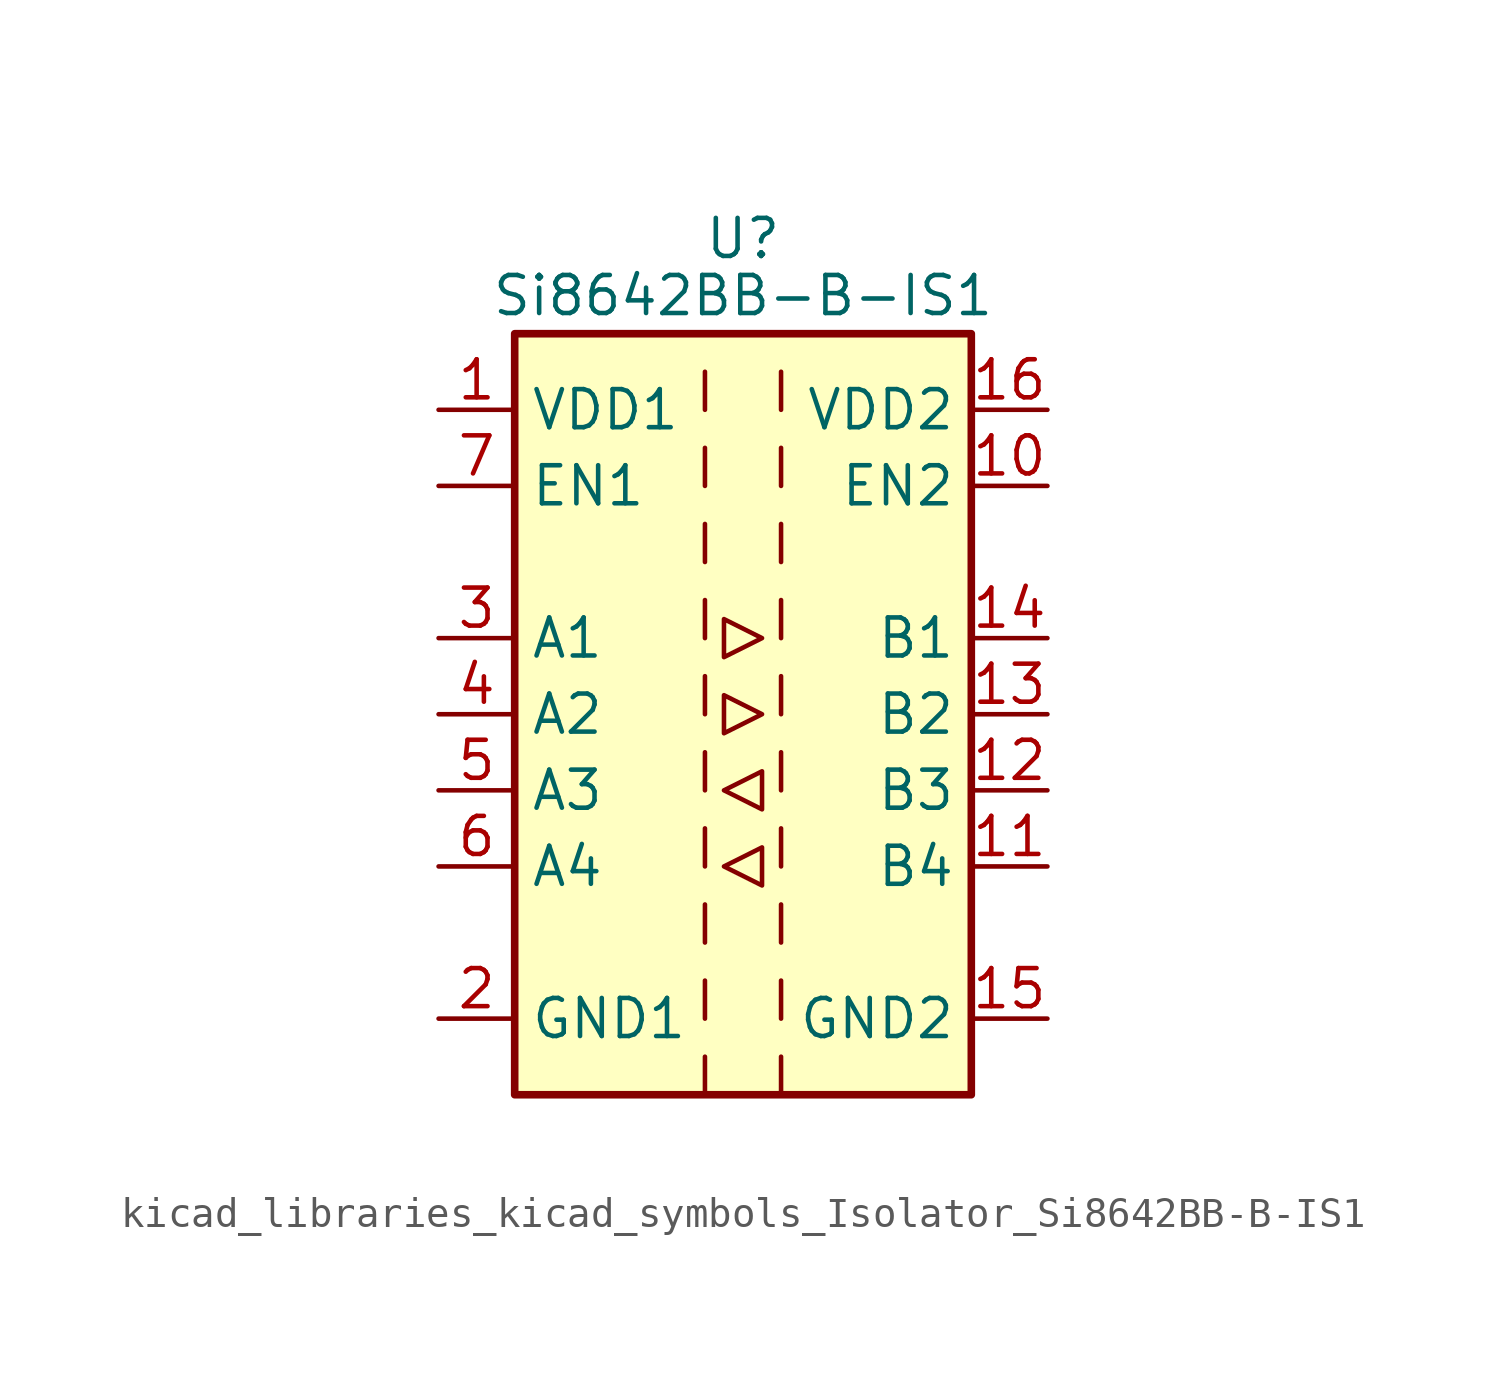
<source format=kicad_sym>
(kicad_symbol_lib
  (version 20220914)
  (generator kicad_symbol_editor)
  (symbol "kicad_libraries_kicad_symbols_Isolator_Si8642BB-B-IS1"
    (property "Reference" "U"
      (at 0 15.875 0)
      (effects (font (size 1.27 1.27))))
    (property "Value" "Si8642BB-B-IS1"
      (at 0 13.97 0)
      (effects (font (size 1.27 1.27))))
    (symbol "kicad_libraries_kicad_symbols_Isolator_Si8642BB-B-IS1_0_1"
      (rectangle (start -7.62 12.7) (end 7.62 -12.7) (stroke (width 0.254) (type default)) (fill (type background)))
      (polyline (pts (xy -1.27 -11.43) (xy -1.27 -12.7)) (stroke (width 0) (type default)) (fill (type none)))
      (polyline (pts (xy -1.27 -8.89) (xy -1.27 -10.16)) (stroke (width 0) (type default)) (fill (type none)))
      (polyline (pts (xy -1.27 -6.35) (xy -1.27 -7.62)) (stroke (width 0) (type default)) (fill (type none)))
      (polyline (pts (xy -1.27 -3.81) (xy -1.27 -5.08)) (stroke (width 0) (type default)) (fill (type none)))
      (polyline (pts (xy -1.27 -1.27) (xy -1.27 -2.54)) (stroke (width 0) (type default)) (fill (type none)))
      (polyline (pts (xy -1.27 1.27) (xy -1.27 0)) (stroke (width 0) (type default)) (fill (type none)))
      (polyline (pts (xy -1.27 3.81) (xy -1.27 2.54)) (stroke (width 0) (type default)) (fill (type none)))
      (polyline (pts (xy -1.27 6.35) (xy -1.27 5.08)) (stroke (width 0) (type default)) (fill (type none)))
      (polyline (pts (xy -1.27 8.89) (xy -1.27 7.62)) (stroke (width 0) (type default)) (fill (type none)))
      (polyline (pts (xy -1.27 11.43) (xy -1.27 10.16)) (stroke (width 0) (type default)) (fill (type none)))
      (polyline (pts (xy 1.27 -11.43) (xy 1.27 -12.7)) (stroke (width 0) (type default)) (fill (type none)))
      (polyline (pts (xy 1.27 -8.89) (xy 1.27 -10.16)) (stroke (width 0) (type default)) (fill (type none)))
      (polyline (pts (xy 1.27 -6.35) (xy 1.27 -7.62)) (stroke (width 0) (type default)) (fill (type none)))
      (polyline (pts (xy 1.27 -3.81) (xy 1.27 -5.08)) (stroke (width 0) (type default)) (fill (type none)))
      (polyline (pts (xy 1.27 -1.27) (xy 1.27 -2.54)) (stroke (width 0) (type default)) (fill (type none)))
      (polyline (pts (xy 1.27 1.27) (xy 1.27 0)) (stroke (width 0) (type default)) (fill (type none)))
      (polyline (pts (xy 1.27 3.81) (xy 1.27 2.54)) (stroke (width 0) (type default)) (fill (type none)))
      (polyline (pts (xy 1.27 6.35) (xy 1.27 5.08)) (stroke (width 0) (type default)) (fill (type none)))
      (polyline (pts (xy 1.27 8.89) (xy 1.27 7.62)) (stroke (width 0) (type default)) (fill (type none)))
      (polyline (pts (xy 1.27 11.43) (xy 1.27 10.16)) (stroke (width 0) (type default)) (fill (type none)))
      (polyline (pts (xy -0.635 -5.08) (xy 0.635 -4.445) (xy 0.635 -5.715) (xy -0.635 -5.08)) (stroke (width 0) (type default)) (fill (type none)))
      (polyline (pts (xy -0.635 -2.54) (xy 0.635 -1.905) (xy 0.635 -3.175) (xy -0.635 -2.54)) (stroke (width 0) (type default)) (fill (type none)))
      (polyline (pts (xy -0.635 0.635) (xy -0.635 -0.635) (xy 0.635 0) (xy -0.635 0.635)) (stroke (width 0) (type default)) (fill (type none)))
      (polyline (pts (xy -0.635 3.175) (xy -0.635 1.905) (xy 0.635 2.54) (xy -0.635 3.175)) (stroke (width 0) (type default)) (fill (type none))))
    (symbol "kicad_libraries_kicad_symbols_Isolator_Si8642BB-B-IS1_1_1"
      (pin power_in line (at -10.16 10.16 0) (length 2.54) (name "VDD1" (effects (font (size 1.27 1.27)))) (number "1" (effects (font (size 1.27 1.27)))))
      (pin input line (at 10.16 7.62 180) (length 2.54) (name "EN2" (effects (font (size 1.27 1.27)))) (number "10" (effects (font (size 1.27 1.27)))))
      (pin input line (at 10.16 -5.08 180) (length 2.54) (name "B4" (effects (font (size 1.27 1.27)))) (number "11" (effects (font (size 1.27 1.27)))))
      (pin input line (at 10.16 -2.54 180) (length 2.54) (name "B3" (effects (font (size 1.27 1.27)))) (number "12" (effects (font (size 1.27 1.27)))))
      (pin output line (at 10.16 0 180) (length 2.54) (name "B2" (effects (font (size 1.27 1.27)))) (number "13" (effects (font (size 1.27 1.27)))))
      (pin output line (at 10.16 2.54 180) (length 2.54) (name "B1" (effects (font (size 1.27 1.27)))) (number "14" (effects (font (size 1.27 1.27)))))
      (pin power_in line (at 10.16 -10.16 180) (length 2.54) (name "GND2" (effects (font (size 1.27 1.27)))) (number "15" (effects (font (size 1.27 1.27)))))
      (pin power_in line (at 10.16 10.16 180) (length 2.54) (name "VDD2" (effects (font (size 1.27 1.27)))) (number "16" (effects (font (size 1.27 1.27)))))
      (pin power_in line (at -10.16 -10.16 0) (length 2.54) (name "GND1" (effects (font (size 1.27 1.27)))) (number "2" (effects (font (size 1.27 1.27)))))
      (pin input line (at -10.16 2.54 0) (length 2.54) (name "A1" (effects (font (size 1.27 1.27)))) (number "3" (effects (font (size 1.27 1.27)))))
      (pin input line (at -10.16 0 0) (length 2.54) (name "A2" (effects (font (size 1.27 1.27)))) (number "4" (effects (font (size 1.27 1.27)))))
      (pin output line (at -10.16 -2.54 0) (length 2.54) (name "A3" (effects (font (size 1.27 1.27)))) (number "5" (effects (font (size 1.27 1.27)))))
      (pin output line (at -10.16 -5.08 0) (length 2.54) (name "A4" (effects (font (size 1.27 1.27)))) (number "6" (effects (font (size 1.27 1.27)))))
      (pin input line (at -10.16 7.62 0) (length 2.54) (name "EN1" (effects (font (size 1.27 1.27)))) (number "7" (effects (font (size 1.27 1.27)))))
      (pin passive line (at -10.16 -10.16 0) (length 2.54) hide (name "GND1" (effects (font (size 1.27 1.27)))) (number "8" (effects (font (size 1.27 1.27)))))
      (pin passive line (at 10.16 -10.16 180) (length 2.54) hide (name "GND2" (effects (font (size 1.27 1.27)))) (number "9" (effects (font (size 1.27 1.27))))))))
</source>
